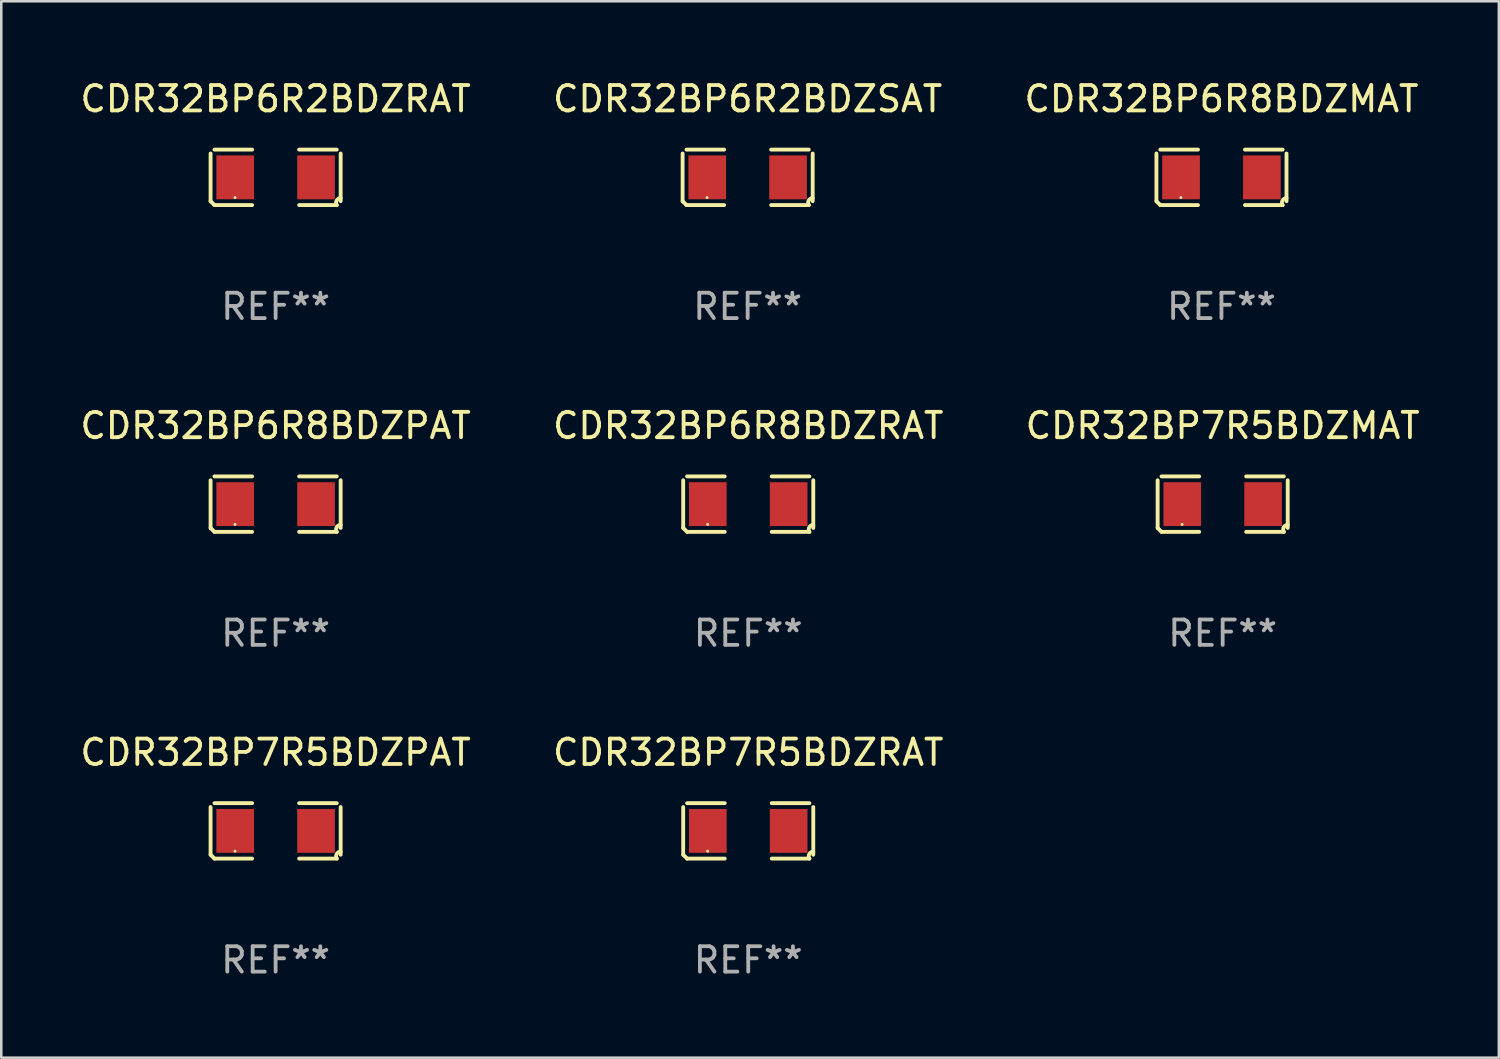
<source format=kicad_pcb>
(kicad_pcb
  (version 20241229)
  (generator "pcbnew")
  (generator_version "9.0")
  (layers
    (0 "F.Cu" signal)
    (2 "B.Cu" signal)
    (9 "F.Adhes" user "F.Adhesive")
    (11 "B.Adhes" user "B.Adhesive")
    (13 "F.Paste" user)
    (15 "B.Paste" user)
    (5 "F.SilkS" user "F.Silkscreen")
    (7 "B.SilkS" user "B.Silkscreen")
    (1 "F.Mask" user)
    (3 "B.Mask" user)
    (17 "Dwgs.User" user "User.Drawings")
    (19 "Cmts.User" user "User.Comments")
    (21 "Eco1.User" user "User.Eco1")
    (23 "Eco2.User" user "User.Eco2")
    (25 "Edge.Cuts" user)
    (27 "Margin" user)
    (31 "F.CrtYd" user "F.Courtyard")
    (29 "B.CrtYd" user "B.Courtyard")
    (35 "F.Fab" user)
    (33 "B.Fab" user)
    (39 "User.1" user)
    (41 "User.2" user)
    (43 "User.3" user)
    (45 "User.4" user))
  (footprint "CDR32BP6R8BDZRAT"
    (layer "F.Cu")
    (at 26.446 16.823)
    (property "Reference" "CDR32BP6R8BDZRAT" (at 0 -3.093 0) (layer "F.SilkS") (effects (font (size 1 1) (thickness 0.15))))
    (attr through_hole)
    (fp_line (start -2.564 0.94) (end -2.564 -0.94) (stroke (width 0.152) (type solid)) (layer "F.SilkS"))
    (fp_line (start -2.411 -1.093) (end -0.926 -1.093) (stroke (width 0.152) (type solid)) (layer "F.SilkS"))
    (fp_line (start -0.926 1.093) (end -2.411 1.093) (stroke (width 0.152) (type solid)) (layer "F.SilkS"))
    (fp_line (start 0.926 1.093) (end 2.411 1.093) (stroke (width 0.152) (type solid)) (layer "F.SilkS"))
    (fp_line (start 2.411 -1.093) (end 0.926 -1.093) (stroke (width 0.152) (type solid)) (layer "F.SilkS"))
    (fp_line (start 2.564 0.94) (end 2.564 -0.94) (stroke (width 0.152) (type solid)) (layer "F.SilkS"))
    (fp_arc (start -2.411201 1.092609) (mid -2.487413 1.01642) (end -2.563602 0.940208) (stroke (width 0.1524) (type solid)) (layer "F.SilkS"))
    (fp_arc (start 2.411201 1.092609) (mid 2.407159 0.911226) (end 2.563602 0.819347) (stroke (width 0.1524) (type solid)) (layer "F.SilkS"))
    (fp_circle (center -1.6 0.8) (end -1.57 0.8) (stroke (width 0.06) (type solid)) (fill no) (layer "F.SilkS"))
    (fp_text user "REF**" (at 0 5.093 0) (layer "F.Fab") (effects (font (size 1 1) (thickness 0.15))))
    (pad "1" smd rect (at -1.593 0) (size 1.485 1.728) (layers "F.Cu" "F.Mask" "F.Paste"))
    (pad "2" smd rect (at 1.593 0) (size 1.485 1.728) (layers "F.Cu" "F.Mask" "F.Paste")))
  (footprint "CDR32BP6R8BDZMAT"
    (layer "F.Cu")
    (at 45.101 3.941)
    (property "Reference" "CDR32BP6R8BDZMAT" (at 0 -3.093 0) (layer "F.SilkS") (effects (font (size 1 1) (thickness 0.15))))
    (attr through_hole)
    (fp_line (start -2.564 0.94) (end -2.564 -0.94) (stroke (width 0.152) (type solid)) (layer "F.SilkS"))
    (fp_line (start -2.411 -1.093) (end -0.926 -1.093) (stroke (width 0.152) (type solid)) (layer "F.SilkS"))
    (fp_line (start -0.926 1.093) (end -2.411 1.093) (stroke (width 0.152) (type solid)) (layer "F.SilkS"))
    (fp_line (start 0.926 1.093) (end 2.411 1.093) (stroke (width 0.152) (type solid)) (layer "F.SilkS"))
    (fp_line (start 2.411 -1.093) (end 0.926 -1.093) (stroke (width 0.152) (type solid)) (layer "F.SilkS"))
    (fp_line (start 2.564 0.94) (end 2.564 -0.94) (stroke (width 0.152) (type solid)) (layer "F.SilkS"))
    (fp_arc (start -2.411201 1.092609) (mid -2.487413 1.01642) (end -2.563602 0.940208) (stroke (width 0.1524) (type solid)) (layer "F.SilkS"))
    (fp_arc (start 2.411201 1.092609) (mid 2.407159 0.911226) (end 2.563602 0.819347) (stroke (width 0.1524) (type solid)) (layer "F.SilkS"))
    (fp_circle (center -1.6 0.8) (end -1.57 0.8) (stroke (width 0.06) (type solid)) (fill no) (layer "F.SilkS"))
    (fp_text user "REF**" (at 0 5.093 0) (layer "F.Fab") (effects (font (size 1 1) (thickness 0.15))))
    (pad "1" smd rect (at -1.593 0) (size 1.485 1.728) (layers "F.Cu" "F.Mask" "F.Paste"))
    (pad "2" smd rect (at 1.593 0) (size 1.485 1.728) (layers "F.Cu" "F.Mask" "F.Paste")))
  (footprint "CDR32BP6R8BDZPAT"
    (layer "F.Cu")
    (at 7.815 16.823)
    (property "Reference" "CDR32BP6R8BDZPAT" (at 0 -3.093 0) (layer "F.SilkS") (effects (font (size 1 1) (thickness 0.15))))
    (attr through_hole)
    (fp_line (start -2.564 0.94) (end -2.564 -0.94) (stroke (width 0.152) (type solid)) (layer "F.SilkS"))
    (fp_line (start -2.411 -1.093) (end -0.926 -1.093) (stroke (width 0.152) (type solid)) (layer "F.SilkS"))
    (fp_line (start -0.926 1.093) (end -2.411 1.093) (stroke (width 0.152) (type solid)) (layer "F.SilkS"))
    (fp_line (start 0.926 1.093) (end 2.411 1.093) (stroke (width 0.152) (type solid)) (layer "F.SilkS"))
    (fp_line (start 2.411 -1.093) (end 0.926 -1.093) (stroke (width 0.152) (type solid)) (layer "F.SilkS"))
    (fp_line (start 2.564 0.94) (end 2.564 -0.94) (stroke (width 0.152) (type solid)) (layer "F.SilkS"))
    (fp_arc (start -2.411201 1.092609) (mid -2.487413 1.01642) (end -2.563602 0.940208) (stroke (width 0.1524) (type solid)) (layer "F.SilkS"))
    (fp_arc (start 2.411201 1.092609) (mid 2.407159 0.911226) (end 2.563602 0.819347) (stroke (width 0.1524) (type solid)) (layer "F.SilkS"))
    (fp_circle (center -1.6 0.8) (end -1.57 0.8) (stroke (width 0.06) (type solid)) (fill no) (layer "F.SilkS"))
    (fp_text user "REF**" (at 0 5.093 0) (layer "F.Fab") (effects (font (size 1 1) (thickness 0.15))))
    (pad "1" smd rect (at -1.593 0) (size 1.485 1.728) (layers "F.Cu" "F.Mask" "F.Paste"))
    (pad "2" smd rect (at 1.593 0) (size 1.485 1.728) (layers "F.Cu" "F.Mask" "F.Paste")))
  (footprint "CDR32BP6R2BDZRAT"
    (layer "F.Cu")
    (at 7.815 3.941)
    (property "Reference" "CDR32BP6R2BDZRAT" (at 0 -3.093 0) (layer "F.SilkS") (effects (font (size 1 1) (thickness 0.15))))
    (attr through_hole)
    (fp_line (start -2.564 0.94) (end -2.564 -0.94) (stroke (width 0.152) (type solid)) (layer "F.SilkS"))
    (fp_line (start -2.411 -1.093) (end -0.926 -1.093) (stroke (width 0.152) (type solid)) (layer "F.SilkS"))
    (fp_line (start -0.926 1.093) (end -2.411 1.093) (stroke (width 0.152) (type solid)) (layer "F.SilkS"))
    (fp_line (start 0.926 1.093) (end 2.411 1.093) (stroke (width 0.152) (type solid)) (layer "F.SilkS"))
    (fp_line (start 2.411 -1.093) (end 0.926 -1.093) (stroke (width 0.152) (type solid)) (layer "F.SilkS"))
    (fp_line (start 2.564 0.94) (end 2.564 -0.94) (stroke (width 0.152) (type solid)) (layer "F.SilkS"))
    (fp_arc (start -2.411201 1.092609) (mid -2.487413 1.01642) (end -2.563602 0.940208) (stroke (width 0.1524) (type solid)) (layer "F.SilkS"))
    (fp_arc (start 2.411201 1.092609) (mid 2.407159 0.911226) (end 2.563602 0.819347) (stroke (width 0.1524) (type solid)) (layer "F.SilkS"))
    (fp_circle (center -1.6 0.8) (end -1.57 0.8) (stroke (width 0.06) (type solid)) (fill no) (layer "F.SilkS"))
    (fp_text user "REF**" (at 0 5.093 0) (layer "F.Fab") (effects (font (size 1 1) (thickness 0.15))))
    (pad "1" smd rect (at -1.593 0) (size 1.485 1.728) (layers "F.Cu" "F.Mask" "F.Paste"))
    (pad "2" smd rect (at 1.593 0) (size 1.485 1.728) (layers "F.Cu" "F.Mask" "F.Paste")))
  (footprint "CDR32BP7R5BDZRAT"
    (layer "F.Cu")
    (at 26.446 29.704)
    (property "Reference" "CDR32BP7R5BDZRAT" (at 0 -3.093 0) (layer "F.SilkS") (effects (font (size 1 1) (thickness 0.15))))
    (attr through_hole)
    (fp_line (start -2.564 0.94) (end -2.564 -0.94) (stroke (width 0.152) (type solid)) (layer "F.SilkS"))
    (fp_line (start -2.411 -1.093) (end -0.926 -1.093) (stroke (width 0.152) (type solid)) (layer "F.SilkS"))
    (fp_line (start -0.926 1.093) (end -2.411 1.093) (stroke (width 0.152) (type solid)) (layer "F.SilkS"))
    (fp_line (start 0.926 1.093) (end 2.411 1.093) (stroke (width 0.152) (type solid)) (layer "F.SilkS"))
    (fp_line (start 2.411 -1.093) (end 0.926 -1.093) (stroke (width 0.152) (type solid)) (layer "F.SilkS"))
    (fp_line (start 2.564 0.94) (end 2.564 -0.94) (stroke (width 0.152) (type solid)) (layer "F.SilkS"))
    (fp_arc (start -2.411201 1.092609) (mid -2.487413 1.01642) (end -2.563602 0.940208) (stroke (width 0.1524) (type solid)) (layer "F.SilkS"))
    (fp_arc (start 2.411201 1.092609) (mid 2.407159 0.911226) (end 2.563602 0.819347) (stroke (width 0.1524) (type solid)) (layer "F.SilkS"))
    (fp_circle (center -1.6 0.8) (end -1.57 0.8) (stroke (width 0.06) (type solid)) (fill no) (layer "F.SilkS"))
    (fp_text user "REF**" (at 0 5.093 0) (layer "F.Fab") (effects (font (size 1 1) (thickness 0.15))))
    (pad "1" smd rect (at -1.593 0) (size 1.485 1.728) (layers "F.Cu" "F.Mask" "F.Paste"))
    (pad "2" smd rect (at 1.593 0) (size 1.485 1.728) (layers "F.Cu" "F.Mask" "F.Paste")))
  (footprint "CDR32BP6R2BDZSAT"
    (layer "F.Cu")
    (at 26.423 3.941)
    (property "Reference" "CDR32BP6R2BDZSAT" (at 0 -3.093 0) (layer "F.SilkS") (effects (font (size 1 1) (thickness 0.15))))
    (attr through_hole)
    (fp_line (start -2.564 0.94) (end -2.564 -0.94) (stroke (width 0.152) (type solid)) (layer "F.SilkS"))
    (fp_line (start -2.411 -1.093) (end -0.926 -1.093) (stroke (width 0.152) (type solid)) (layer "F.SilkS"))
    (fp_line (start -0.926 1.093) (end -2.411 1.093) (stroke (width 0.152) (type solid)) (layer "F.SilkS"))
    (fp_line (start 0.926 1.093) (end 2.411 1.093) (stroke (width 0.152) (type solid)) (layer "F.SilkS"))
    (fp_line (start 2.411 -1.093) (end 0.926 -1.093) (stroke (width 0.152) (type solid)) (layer "F.SilkS"))
    (fp_line (start 2.564 0.94) (end 2.564 -0.94) (stroke (width 0.152) (type solid)) (layer "F.SilkS"))
    (fp_arc (start -2.411201 1.092609) (mid -2.487413 1.01642) (end -2.563602 0.940208) (stroke (width 0.1524) (type solid)) (layer "F.SilkS"))
    (fp_arc (start 2.411201 1.092609) (mid 2.407159 0.911226) (end 2.563602 0.819347) (stroke (width 0.1524) (type solid)) (layer "F.SilkS"))
    (fp_circle (center -1.6 0.8) (end -1.57 0.8) (stroke (width 0.06) (type solid)) (fill no) (layer "F.SilkS"))
    (fp_text user "REF**" (at 0 5.093 0) (layer "F.Fab") (effects (font (size 1 1) (thickness 0.15))))
    (pad "1" smd rect (at -1.593 0) (size 1.485 1.728) (layers "F.Cu" "F.Mask" "F.Paste"))
    (pad "2" smd rect (at 1.593 0) (size 1.485 1.728) (layers "F.Cu" "F.Mask" "F.Paste")))
  (footprint "CDR32BP7R5BDZPAT"
    (layer "F.Cu")
    (at 7.815 29.704)
    (property "Reference" "CDR32BP7R5BDZPAT" (at 0 -3.093 0) (layer "F.SilkS") (effects (font (size 1 1) (thickness 0.15))))
    (attr through_hole)
    (fp_line (start -2.564 0.94) (end -2.564 -0.94) (stroke (width 0.152) (type solid)) (layer "F.SilkS"))
    (fp_line (start -2.411 -1.093) (end -0.926 -1.093) (stroke (width 0.152) (type solid)) (layer "F.SilkS"))
    (fp_line (start -0.926 1.093) (end -2.411 1.093) (stroke (width 0.152) (type solid)) (layer "F.SilkS"))
    (fp_line (start 0.926 1.093) (end 2.411 1.093) (stroke (width 0.152) (type solid)) (layer "F.SilkS"))
    (fp_line (start 2.411 -1.093) (end 0.926 -1.093) (stroke (width 0.152) (type solid)) (layer "F.SilkS"))
    (fp_line (start 2.564 0.94) (end 2.564 -0.94) (stroke (width 0.152) (type solid)) (layer "F.SilkS"))
    (fp_arc (start -2.411201 1.092609) (mid -2.487413 1.01642) (end -2.563602 0.940208) (stroke (width 0.1524) (type solid)) (layer "F.SilkS"))
    (fp_arc (start 2.411201 1.092609) (mid 2.407159 0.911226) (end 2.563602 0.819347) (stroke (width 0.1524) (type solid)) (layer "F.SilkS"))
    (fp_circle (center -1.6 0.8) (end -1.57 0.8) (stroke (width 0.06) (type solid)) (fill no) (layer "F.SilkS"))
    (fp_text user "REF**" (at 0 5.093 0) (layer "F.Fab") (effects (font (size 1 1) (thickness 0.15))))
    (pad "1" smd rect (at -1.593 0) (size 1.485 1.728) (layers "F.Cu" "F.Mask" "F.Paste"))
    (pad "2" smd rect (at 1.593 0) (size 1.485 1.728) (layers "F.Cu" "F.Mask" "F.Paste")))
  (footprint "CDR32BP7R5BDZMAT"
    (layer "F.Cu")
    (at 45.149 16.823)
    (property "Reference" "CDR32BP7R5BDZMAT" (at 0 -3.093 0) (layer "F.SilkS") (effects (font (size 1 1) (thickness 0.15))))
    (attr through_hole)
    (fp_line (start -2.564 0.94) (end -2.564 -0.94) (stroke (width 0.152) (type solid)) (layer "F.SilkS"))
    (fp_line (start -2.411 -1.093) (end -0.926 -1.093) (stroke (width 0.152) (type solid)) (layer "F.SilkS"))
    (fp_line (start -0.926 1.093) (end -2.411 1.093) (stroke (width 0.152) (type solid)) (layer "F.SilkS"))
    (fp_line (start 0.926 1.093) (end 2.411 1.093) (stroke (width 0.152) (type solid)) (layer "F.SilkS"))
    (fp_line (start 2.411 -1.093) (end 0.926 -1.093) (stroke (width 0.152) (type solid)) (layer "F.SilkS"))
    (fp_line (start 2.564 0.94) (end 2.564 -0.94) (stroke (width 0.152) (type solid)) (layer "F.SilkS"))
    (fp_arc (start -2.411201 1.092609) (mid -2.487413 1.01642) (end -2.563602 0.940208) (stroke (width 0.1524) (type solid)) (layer "F.SilkS"))
    (fp_arc (start 2.411201 1.092609) (mid 2.407159 0.911226) (end 2.563602 0.819347) (stroke (width 0.1524) (type solid)) (layer "F.SilkS"))
    (fp_circle (center -1.6 0.8) (end -1.57 0.8) (stroke (width 0.06) (type solid)) (fill no) (layer "F.SilkS"))
    (fp_text user "REF**" (at 0 5.093 0) (layer "F.Fab") (effects (font (size 1 1) (thickness 0.15))))
    (pad "1" smd rect (at -1.593 0) (size 1.485 1.728) (layers "F.Cu" "F.Mask" "F.Paste"))
    (pad "2" smd rect (at 1.593 0) (size 1.485 1.728) (layers "F.Cu" "F.Mask" "F.Paste")))
  (gr_rect
    (start -3 -3)
    (end 56.036 38.645)
    (stroke (width 0.1) (type default))
    (fill no)
    (layer "Edge.Cuts")))
</source>
